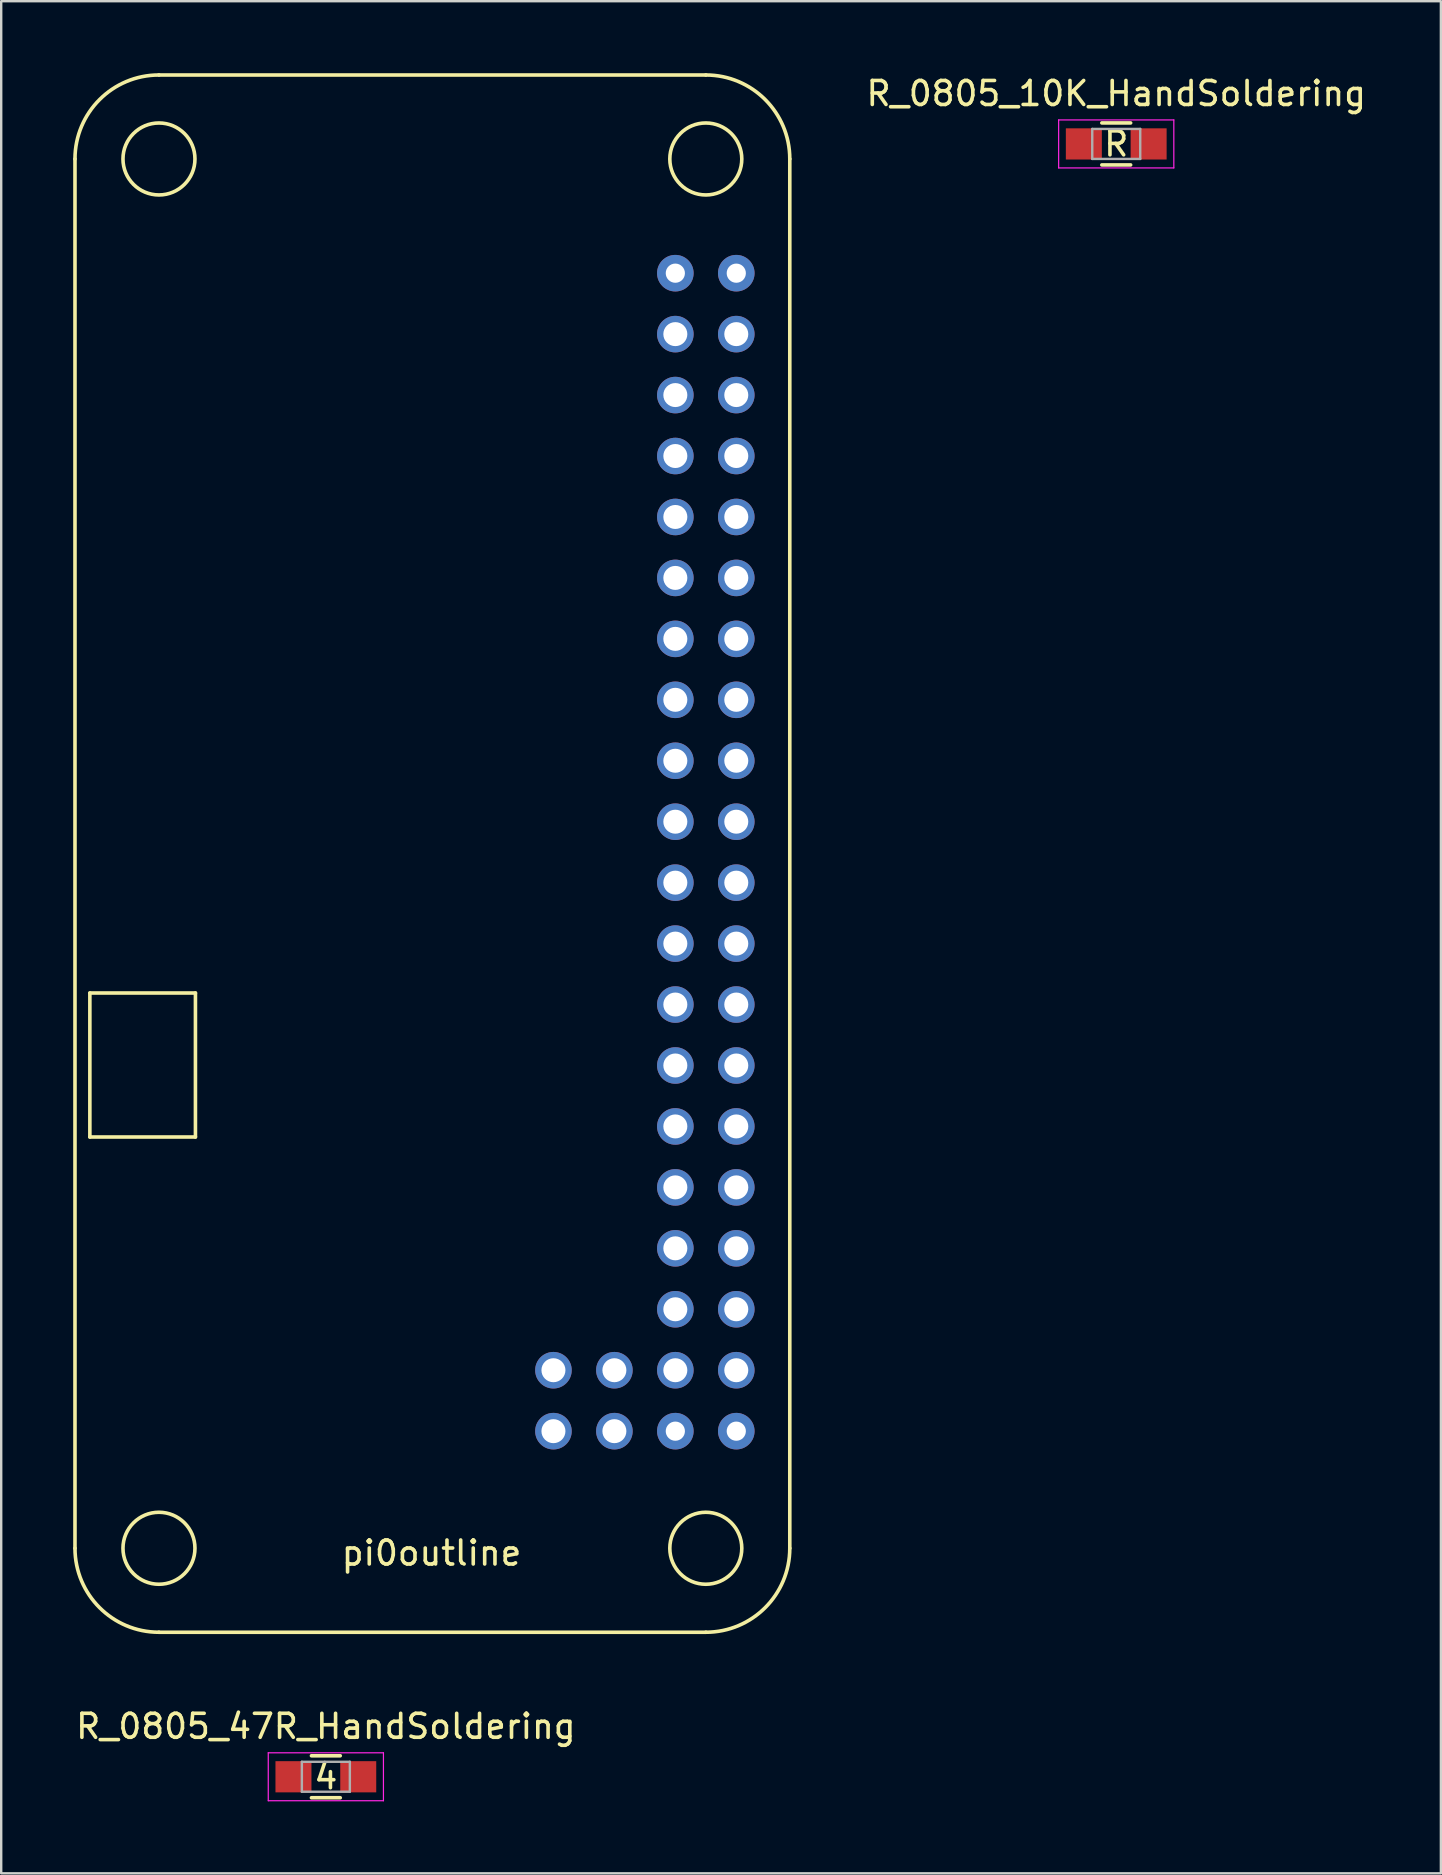
<source format=kicad_pcb>
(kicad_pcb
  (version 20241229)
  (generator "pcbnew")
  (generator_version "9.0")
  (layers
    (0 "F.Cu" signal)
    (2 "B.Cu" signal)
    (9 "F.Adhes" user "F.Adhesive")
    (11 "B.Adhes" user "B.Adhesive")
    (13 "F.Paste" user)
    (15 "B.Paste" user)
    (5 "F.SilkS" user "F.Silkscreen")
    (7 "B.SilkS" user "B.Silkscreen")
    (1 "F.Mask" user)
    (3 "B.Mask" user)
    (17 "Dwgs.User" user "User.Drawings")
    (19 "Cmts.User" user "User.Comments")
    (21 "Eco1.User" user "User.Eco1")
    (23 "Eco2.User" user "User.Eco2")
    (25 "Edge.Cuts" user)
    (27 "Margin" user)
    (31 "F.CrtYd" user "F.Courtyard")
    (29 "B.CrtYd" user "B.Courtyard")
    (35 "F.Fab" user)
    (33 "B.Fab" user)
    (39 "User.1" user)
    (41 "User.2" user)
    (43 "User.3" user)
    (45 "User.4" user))
  (footprint "R_0805_10K_HandSoldering"
    (layer "F.Cu")
    (at 43.47 2.948)
    (property "Reference" "R_0805_10K_HandSoldering" (at 0 -2.1 0) (layer "F.SilkS") (effects (font (size 1 1) (thickness 0.15))))
    (attr smd)
    (fp_line (start -0.6 -0.875) (end 0.6 -0.875) (stroke (width 0.15) (type solid)) (layer "F.SilkS"))
    (fp_line (start 0.6 0.875) (end -0.6 0.875) (stroke (width 0.15) (type solid)) (layer "F.SilkS"))
    (fp_line (start -2.4 -1) (end -2.4 1) (stroke (width 0.05) (type solid)) (layer "F.CrtYd"))
    (fp_line (start -2.4 -1) (end 2.4 -1) (stroke (width 0.05) (type solid)) (layer "F.CrtYd"))
    (fp_line (start -2.4 1) (end 2.4 1) (stroke (width 0.05) (type solid)) (layer "F.CrtYd"))
    (fp_line (start 2.4 -1) (end 2.4 1) (stroke (width 0.05) (type solid)) (layer "F.CrtYd"))
    (fp_line (start -1 -0.625) (end 1 -0.625) (stroke (width 0.1) (type solid)) (layer "F.Fab"))
    (fp_line (start -1 0.625) (end -1 -0.625) (stroke (width 0.1) (type solid)) (layer "F.Fab"))
    (fp_line (start 1 -0.625) (end 1 0.625) (stroke (width 0.1) (type solid)) (layer "F.Fab"))
    (fp_line (start 1 0.625) (end -1 0.625) (stroke (width 0.1) (type solid)) (layer "F.Fab"))
    (fp_text user "R" (at 0 0 0) (layer "F.SilkS") (effects (font (size 1 1) (thickness 0.15))))
    (pad "1" smd rect (at -1.35 0) (size 1.5 1.3) (layers "F.Cu" "F.Mask" "F.Paste"))
    (pad "2" smd rect (at 1.35 0) (size 1.5 1.3) (layers "F.Cu" "F.Mask" "F.Paste")))
  (footprint "pi0outline"
    (layer "F.Cu")
    (at 25.095 8.335)
    (property "Reference" "pi0outline" (at -10.16 53.34 0) (layer "F.SilkS") (effects (font (size 1 1) (thickness 0.15))))
    (attr through_hole)
    (fp_line (start -25.02 53.14) (end -25.02 -4.76) (stroke (width 0.15) (type solid)) (layer "F.SilkS"))
    (fp_line (start -24.4 30) (end -20 30) (stroke (width 0.15) (type solid)) (layer "F.SilkS"))
    (fp_line (start -24.4 36) (end -24.4 30) (stroke (width 0.15) (type solid)) (layer "F.SilkS"))
    (fp_line (start -21.52 -8.26) (end 1.27 -8.26) (stroke (width 0.15) (type solid)) (layer "F.SilkS"))
    (fp_line (start -21.52 56.64) (end 1.27 56.64) (stroke (width 0.15) (type solid)) (layer "F.SilkS"))
    (fp_line (start -20 30) (end -20 36) (stroke (width 0.15) (type solid)) (layer "F.SilkS"))
    (fp_line (start -20 36) (end -24.4 36) (stroke (width 0.15) (type solid)) (layer "F.SilkS"))
    (fp_line (start 4.77 -4.76) (end 4.77 53.14) (stroke (width 0.15) (type solid)) (layer "F.SilkS"))
    (fp_arc (start -25.02 -4.76) (mid -23.994874 -7.234874) (end -21.52 -8.26) (stroke (width 0.15) (type solid)) (layer "F.SilkS"))
    (fp_arc (start -21.52 56.64) (mid -23.994874 55.614874) (end -25.02 53.14) (stroke (width 0.15) (type solid)) (layer "F.SilkS"))
    (fp_arc (start 1.27 -8.26) (mid 3.744874 -7.234874) (end 4.77 -4.76) (stroke (width 0.15) (type solid)) (layer "F.SilkS"))
    (fp_arc (start 4.77 53.14) (mid 3.744874 55.614874) (end 1.27 56.64) (stroke (width 0.15) (type solid)) (layer "F.SilkS"))
    (fp_circle (center -21.52 -4.76) (end -21.52 -6.26) (stroke (width 0.15) (type solid)) (fill no) (layer "F.SilkS"))
    (fp_circle (center -21.52 53.14) (end -21.52 54.64) (stroke (width 0.15) (type solid)) (fill no) (layer "F.SilkS"))
    (fp_circle (center 1.27 -4.76) (end 1.27 -6.26) (stroke (width 0.15) (type solid)) (fill no) (layer "F.SilkS"))
    (fp_circle (center 1.27 53.14) (end 2.77 53.14) (stroke (width 0.15) (type solid)) (fill no) (layer "F.SilkS"))
    (pad "1" thru_hole circle (at 0 0) (size 1.524 1.524) (drill 0.8) (layers "*.Cu" "*.Mask"))
    (pad "2" thru_hole circle (at 2.54 0) (size 1.524 1.524) (drill 0.8) (layers "*.Cu" "*.Mask"))
    (pad "3" thru_hole circle (at 0 2.54) (size 1.524 1.524) (drill 1) (layers "*.Cu" "*.Mask"))
    (pad "4" thru_hole circle (at 2.54 2.54) (size 1.524 1.524) (drill 1) (layers "*.Cu" "*.Mask"))
    (pad "5" thru_hole circle (at 0 5.08) (size 1.524 1.524) (drill 1) (layers "*.Cu" "*.Mask"))
    (pad "6" thru_hole circle (at 2.54 5.08) (size 1.524 1.524) (drill 1) (layers "*.Cu" "*.Mask"))
    (pad "7" thru_hole circle (at 0 7.62) (size 1.524 1.524) (drill 1) (layers "*.Cu" "*.Mask"))
    (pad "8" thru_hole circle (at 2.54 7.62) (size 1.524 1.524) (drill 1) (layers "*.Cu" "*.Mask"))
    (pad "9" thru_hole circle (at 0 10.16) (size 1.524 1.524) (drill 1) (layers "*.Cu" "*.Mask"))
    (pad "10" thru_hole circle (at 2.54 10.16) (size 1.524 1.524) (drill 1) (layers "*.Cu" "*.Mask"))
    (pad "11" thru_hole circle (at 0 12.7) (size 1.524 1.524) (drill 1) (layers "*.Cu" "*.Mask"))
    (pad "12" thru_hole circle (at 2.54 12.7) (size 1.524 1.524) (drill 1) (layers "*.Cu" "*.Mask"))
    (pad "13" thru_hole circle (at 0 15.24) (size 1.524 1.524) (drill 1) (layers "*.Cu" "*.Mask"))
    (pad "14" thru_hole circle (at 2.54 15.24) (size 1.524 1.524) (drill 1) (layers "*.Cu" "*.Mask"))
    (pad "15" thru_hole circle (at 0 17.78) (size 1.524 1.524) (drill 1) (layers "*.Cu" "*.Mask"))
    (pad "16" thru_hole circle (at 2.54 17.78) (size 1.524 1.524) (drill 1) (layers "*.Cu" "*.Mask"))
    (pad "17" thru_hole circle (at 0 20.32) (size 1.524 1.524) (drill 1) (layers "*.Cu" "*.Mask"))
    (pad "18" thru_hole circle (at 2.54 20.32) (size 1.524 1.524) (drill 1) (layers "*.Cu" "*.Mask"))
    (pad "19" thru_hole circle (at 0 22.86) (size 1.524 1.524) (drill 1) (layers "*.Cu" "*.Mask"))
    (pad "20" thru_hole circle (at 2.54 22.86) (size 1.524 1.524) (drill 1) (layers "*.Cu" "*.Mask"))
    (pad "21" thru_hole circle (at 0 25.4) (size 1.524 1.524) (drill 1) (layers "*.Cu" "*.Mask"))
    (pad "22" thru_hole circle (at 2.54 25.4) (size 1.524 1.524) (drill 1) (layers "*.Cu" "*.Mask"))
    (pad "23" thru_hole circle (at 0 27.94) (size 1.524 1.524) (drill 1) (layers "*.Cu" "*.Mask"))
    (pad "24" thru_hole circle (at 2.54 27.94) (size 1.524 1.524) (drill 1) (layers "*.Cu" "*.Mask"))
    (pad "25" thru_hole circle (at 0 30.48) (size 1.524 1.524) (drill 1) (layers "*.Cu" "*.Mask"))
    (pad "26" thru_hole circle (at 2.54 30.48) (size 1.524 1.524) (drill 1) (layers "*.Cu" "*.Mask"))
    (pad "27" thru_hole circle (at 0 33.02) (size 1.524 1.524) (drill 1) (layers "*.Cu" "*.Mask"))
    (pad "28" thru_hole circle (at 2.54 33.02) (size 1.524 1.524) (drill 1) (layers "*.Cu" "*.Mask"))
    (pad "29" thru_hole circle (at 0 35.56) (size 1.524 1.524) (drill 1) (layers "*.Cu" "*.Mask"))
    (pad "30" thru_hole circle (at 2.54 35.56) (size 1.524 1.524) (drill 1) (layers "*.Cu" "*.Mask"))
    (pad "31" thru_hole circle (at 0 38.1) (size 1.524 1.524) (drill 1) (layers "*.Cu" "*.Mask"))
    (pad "32" thru_hole circle (at 2.54 38.1) (size 1.524 1.524) (drill 1) (layers "*.Cu" "*.Mask"))
    (pad "33" thru_hole circle (at 0 40.64) (size 1.524 1.524) (drill 1) (layers "*.Cu" "*.Mask"))
    (pad "34" thru_hole circle (at 2.54 40.64) (size 1.524 1.524) (drill 1) (layers "*.Cu" "*.Mask"))
    (pad "35" thru_hole circle (at 0 43.18) (size 1.524 1.524) (drill 1) (layers "*.Cu" "*.Mask"))
    (pad "36" thru_hole circle (at 2.54 43.18) (size 1.524 1.524) (drill 1) (layers "*.Cu" "*.Mask"))
    (pad "37" thru_hole circle (at 0 45.72) (size 1.524 1.524) (drill 1) (layers "*.Cu" "*.Mask"))
    (pad "38" thru_hole circle (at 2.54 45.72) (size 1.524 1.524) (drill 1) (layers "*.Cu" "*.Mask"))
    (pad "39" thru_hole circle (at 0 48.26) (size 1.524 1.524) (drill 0.8) (layers "*.Cu" "*.Mask"))
    (pad "40" thru_hole circle (at 2.54 48.26) (size 1.524 1.524) (drill 0.8) (layers "*.Cu" "*.Mask"))
    (pad "41" thru_hole circle (at -2.54 45.72) (size 1.524 1.524) (drill 1) (layers "*.Cu" "*.Mask"))
    (pad "42" thru_hole circle (at -2.54 48.26) (size 1.524 1.524) (drill 1) (layers "*.Cu" "*.Mask"))
    (pad "43" thru_hole circle (at -5.08 45.72) (size 1.524 1.524) (drill 1) (layers "*.Cu" "*.Mask"))
    (pad "44" thru_hole circle (at -5.08 48.26) (size 1.524 1.524) (drill 1) (layers "*.Cu" "*.Mask")))
  (footprint "R_0805_47R_HandSoldering"
    (layer "F.Cu")
    (at 10.53 70.998)
    (property "Reference" "R_0805_47R_HandSoldering" (at 0 -2.1 0) (layer "F.SilkS") (effects (font (size 1 1) (thickness 0.15))))
    (attr smd)
    (fp_line (start -0.6 -0.875) (end 0.6 -0.875) (stroke (width 0.15) (type solid)) (layer "F.SilkS"))
    (fp_line (start 0.6 0.875) (end -0.6 0.875) (stroke (width 0.15) (type solid)) (layer "F.SilkS"))
    (fp_line (start -2.4 -1) (end -2.4 1) (stroke (width 0.05) (type solid)) (layer "F.CrtYd"))
    (fp_line (start -2.4 -1) (end 2.4 -1) (stroke (width 0.05) (type solid)) (layer "F.CrtYd"))
    (fp_line (start -2.4 1) (end 2.4 1) (stroke (width 0.05) (type solid)) (layer "F.CrtYd"))
    (fp_line (start 2.4 -1) (end 2.4 1) (stroke (width 0.05) (type solid)) (layer "F.CrtYd"))
    (fp_line (start -1 -0.625) (end 1 -0.625) (stroke (width 0.1) (type solid)) (layer "F.Fab"))
    (fp_line (start -1 0.625) (end -1 -0.625) (stroke (width 0.1) (type solid)) (layer "F.Fab"))
    (fp_line (start 1 -0.625) (end 1 0.625) (stroke (width 0.1) (type solid)) (layer "F.Fab"))
    (fp_line (start 1 0.625) (end -1 0.625) (stroke (width 0.1) (type solid)) (layer "F.Fab"))
    (fp_text user "4" (at 0 0 0) (layer "F.SilkS") (effects (font (size 1 1) (thickness 0.15))))
    (pad "1" smd rect (at -1.35 0) (size 1.5 1.3) (layers "F.Cu" "F.Mask" "F.Paste"))
    (pad "2" smd rect (at 1.35 0) (size 1.5 1.3) (layers "F.Cu" "F.Mask" "F.Paste")))
  (gr_rect
    (start -3 -3)
    (end 57 75.023)
    (stroke (width 0.1) (type default))
    (fill no)
    (layer "Edge.Cuts")))
</source>
